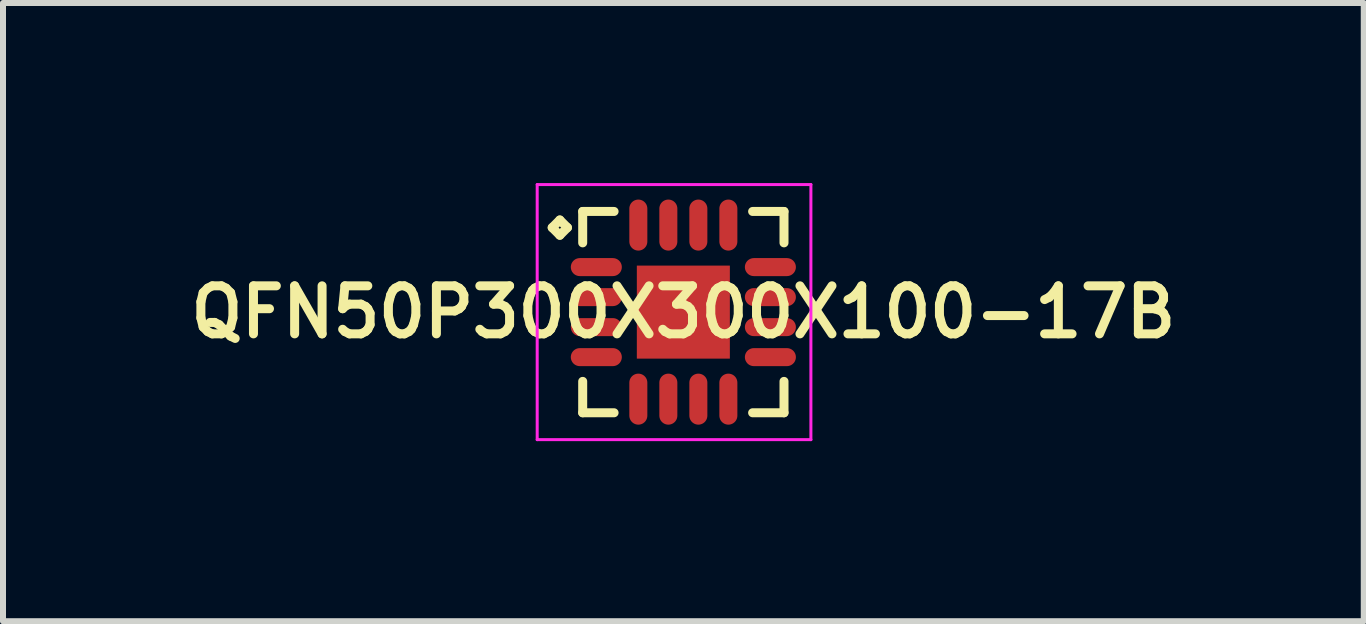
<source format=kicad_pcb>
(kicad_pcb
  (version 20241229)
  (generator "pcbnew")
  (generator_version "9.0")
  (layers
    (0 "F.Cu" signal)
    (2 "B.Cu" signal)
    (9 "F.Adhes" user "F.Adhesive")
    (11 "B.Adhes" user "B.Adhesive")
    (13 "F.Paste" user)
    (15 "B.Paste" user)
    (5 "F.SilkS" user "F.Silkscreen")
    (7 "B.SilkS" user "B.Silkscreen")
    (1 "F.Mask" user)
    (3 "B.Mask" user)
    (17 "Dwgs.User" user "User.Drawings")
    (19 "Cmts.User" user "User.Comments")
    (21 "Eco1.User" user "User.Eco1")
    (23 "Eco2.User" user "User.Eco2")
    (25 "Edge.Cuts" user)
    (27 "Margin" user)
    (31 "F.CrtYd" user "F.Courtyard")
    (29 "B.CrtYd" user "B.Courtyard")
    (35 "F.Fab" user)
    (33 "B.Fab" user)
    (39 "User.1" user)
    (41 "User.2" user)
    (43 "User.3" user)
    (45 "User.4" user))
  (footprint "QFN50P300X300X100-17B"
    (layer "F.Cu")
    (at 8.335 2.15)
    (property "Reference" "QFN50P300X300X100-17B" (at 0 0 0) (layer "F.SilkS") (effects (font (size 0.8 0.8) (thickness 0.15))))
    (attr smd)
    (fp_line (start -2.185 -1.408) (end -2.058 -1.535) (stroke (width 0.15) (type solid)) (layer "F.SilkS"))
    (fp_line (start -2.058 -1.535) (end -1.931 -1.408) (stroke (width 0.15) (type solid)) (layer "F.SilkS"))
    (fp_line (start -2.058 -1.281) (end -2.185 -1.408) (stroke (width 0.15) (type solid)) (layer "F.SilkS"))
    (fp_line (start -1.931 -1.408) (end -2.058 -1.281) (stroke (width 0.15) (type solid)) (layer "F.SilkS"))
    (fp_line (start -1.677 -1.677) (end -1.154 -1.677) (stroke (width 0.15) (type solid)) (layer "F.SilkS"))
    (fp_line (start -1.677 -1.154) (end -1.677 -1.677) (stroke (width 0.15) (type solid)) (layer "F.SilkS"))
    (fp_line (start -1.677 1.154) (end -1.677 1.677) (stroke (width 0.15) (type solid)) (layer "F.SilkS"))
    (fp_line (start -1.677 1.677) (end -1.154 1.677) (stroke (width 0.15) (type solid)) (layer "F.SilkS"))
    (fp_line (start 1.154 -1.677) (end 1.677 -1.677) (stroke (width 0.15) (type solid)) (layer "F.SilkS"))
    (fp_line (start 1.154 1.677) (end 1.677 1.677) (stroke (width 0.15) (type solid)) (layer "F.SilkS"))
    (fp_line (start 1.677 -1.677) (end 1.677 -1.154) (stroke (width 0.15) (type solid)) (layer "F.SilkS"))
    (fp_line (start 1.677 1.677) (end 1.677 1.154) (stroke (width 0.15) (type solid)) (layer "F.SilkS"))
    (fp_line (start -2.435 -2.125) (end 2.125 -2.125) (stroke (width 0.05) (type solid)) (layer "F.CrtYd"))
    (fp_line (start -2.435 2.125) (end -2.435 -2.125) (stroke (width 0.05) (type solid)) (layer "F.CrtYd"))
    (fp_line (start 2.125 -2.125) (end 2.125 2.125) (stroke (width 0.05) (type solid)) (layer "F.CrtYd"))
    (fp_line (start 2.125 2.125) (end -2.435 2.125) (stroke (width 0.05) (type solid)) (layer "F.CrtYd"))
    (pad "1" smd oval (at -1.45 -0.75) (size 0.85 0.3) (layers "F.Cu" "F.Mask" "F.Paste"))
    (pad "2" smd oval (at -1.45 -0.25) (size 0.85 0.3) (layers "F.Cu" "F.Mask" "F.Paste"))
    (pad "3" smd oval (at -1.45 0.25) (size 0.85 0.3) (layers "F.Cu" "F.Mask" "F.Paste"))
    (pad "4" smd oval (at -1.45 0.75) (size 0.85 0.3) (layers "F.Cu" "F.Mask" "F.Paste"))
    (pad "5" smd oval (at -0.75 1.45) (size 0.3 0.85) (layers "F.Cu" "F.Mask" "F.Paste"))
    (pad "6" smd oval (at -0.25 1.45) (size 0.3 0.85) (layers "F.Cu" "F.Mask" "F.Paste"))
    (pad "7" smd oval (at 0.25 1.45) (size 0.3 0.85) (layers "F.Cu" "F.Mask" "F.Paste"))
    (pad "8" smd oval (at 0.75 1.45) (size 0.3 0.85) (layers "F.Cu" "F.Mask" "F.Paste"))
    (pad "9" smd oval (at 1.45 0.75) (size 0.85 0.3) (layers "F.Cu" "F.Mask" "F.Paste"))
    (pad "10" smd oval (at 1.45 0.25) (size 0.85 0.3) (layers "F.Cu" "F.Mask" "F.Paste"))
    (pad "11" smd oval (at 1.45 -0.25) (size 0.85 0.3) (layers "F.Cu" "F.Mask" "F.Paste"))
    (pad "12" smd oval (at 1.45 -0.75) (size 0.85 0.3) (layers "F.Cu" "F.Mask" "F.Paste"))
    (pad "13" smd oval (at 0.75 -1.45) (size 0.3 0.85) (layers "F.Cu" "F.Mask" "F.Paste"))
    (pad "14" smd oval (at 0.25 -1.45) (size 0.3 0.85) (layers "F.Cu" "F.Mask" "F.Paste"))
    (pad "15" smd oval (at -0.25 -1.45) (size 0.3 0.85) (layers "F.Cu" "F.Mask" "F.Paste"))
    (pad "16" smd oval (at -0.75 -1.45) (size 0.3 0.85) (layers "F.Cu" "F.Mask" "F.Paste"))
    (pad "17" smd rect (at 0 0) (size 1.55 1.55) (layers "F.Cu" "F.Mask" "F.Paste")))
  (gr_rect
    (start -3 -3)
    (end 19.671 7.3)
    (stroke (width 0.1) (type default))
    (fill no)
    (layer "Edge.Cuts")))
</source>
